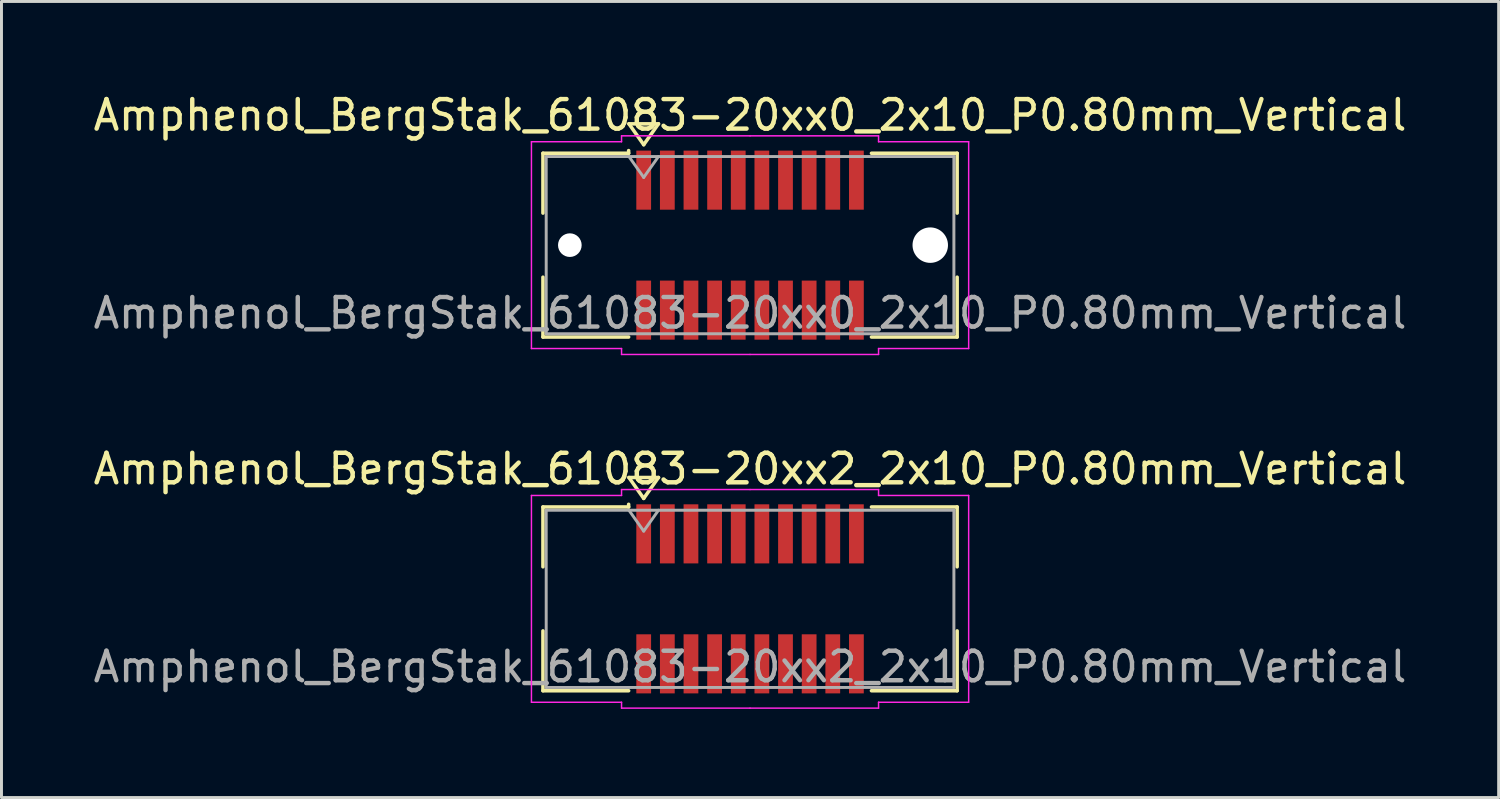
<source format=kicad_pcb>
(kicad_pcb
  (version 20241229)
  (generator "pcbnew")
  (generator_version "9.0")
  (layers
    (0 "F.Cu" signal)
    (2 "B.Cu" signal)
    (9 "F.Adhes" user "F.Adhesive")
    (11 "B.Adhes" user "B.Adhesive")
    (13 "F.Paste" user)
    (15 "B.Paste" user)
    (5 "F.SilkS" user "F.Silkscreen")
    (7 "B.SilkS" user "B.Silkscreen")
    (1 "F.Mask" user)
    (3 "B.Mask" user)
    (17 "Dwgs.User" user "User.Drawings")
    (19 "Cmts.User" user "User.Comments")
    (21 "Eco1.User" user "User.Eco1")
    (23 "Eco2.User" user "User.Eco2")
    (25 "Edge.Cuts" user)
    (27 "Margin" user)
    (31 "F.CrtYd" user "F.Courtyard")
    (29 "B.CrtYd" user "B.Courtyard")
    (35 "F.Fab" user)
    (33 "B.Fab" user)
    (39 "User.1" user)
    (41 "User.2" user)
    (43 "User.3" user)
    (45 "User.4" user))
  (footprint "Amphenol_BergStak_61083-20xx2_2x10_P0.80mm_Vertical"
    (layer "F.Cu")
    (at 22.339 17.221)
    (property "Reference" "Amphenol_BergStak_61083-20xx2_2x10_P0.80mm_Vertical" (at 0 -4.4 0) (layer "F.SilkS") (effects (font (size 1 1) (thickness 0.15))))
    (attr smd)
    (fp_line (start -7.01 -3.11) (end -4.11 -3.11) (stroke (width 0.12) (type solid)) (layer "F.SilkS"))
    (fp_line (start -7.01 -1.085) (end -7.01 -3.11) (stroke (width 0.12) (type solid)) (layer "F.SilkS"))
    (fp_line (start -7.01 1.085) (end -7.01 3.11) (stroke (width 0.12) (type solid)) (layer "F.SilkS"))
    (fp_line (start -7.01 3.11) (end -4.11 3.11) (stroke (width 0.12) (type solid)) (layer "F.SilkS"))
    (fp_line (start -4.11 -3.11) (end -4.11 -3.2) (stroke (width 0.12) (type solid)) (layer "F.SilkS"))
    (fp_line (start -4.1 -4.107) (end -3.6 -3.4) (stroke (width 0.12) (type solid)) (layer "F.SilkS"))
    (fp_line (start -3.6 -3.4) (end -3.1 -4.107) (stroke (width 0.12) (type solid)) (layer "F.SilkS"))
    (fp_line (start -3.1 -4.107) (end -4.1 -4.107) (stroke (width 0.12) (type solid)) (layer "F.SilkS"))
    (fp_line (start 7.01 -3.11) (end 4.11 -3.11) (stroke (width 0.12) (type solid)) (layer "F.SilkS"))
    (fp_line (start 7.01 -1.085) (end 7.01 -3.11) (stroke (width 0.12) (type solid)) (layer "F.SilkS"))
    (fp_line (start 7.01 1.085) (end 7.01 3.11) (stroke (width 0.12) (type solid)) (layer "F.SilkS"))
    (fp_line (start 7.01 3.11) (end 4.11 3.11) (stroke (width 0.12) (type solid)) (layer "F.SilkS"))
    (fp_line (start -7.4 -3.5) (end -7.4 3.5) (stroke (width 0.05) (type solid)) (layer "F.CrtYd"))
    (fp_line (start -7.4 3.5) (end -4.35 3.5) (stroke (width 0.05) (type solid)) (layer "F.CrtYd"))
    (fp_line (start -4.35 -3.7) (end -4.35 -3.5) (stroke (width 0.05) (type solid)) (layer "F.CrtYd"))
    (fp_line (start -4.35 -3.5) (end -7.4 -3.5) (stroke (width 0.05) (type solid)) (layer "F.CrtYd"))
    (fp_line (start -4.35 3.5) (end -4.35 3.7) (stroke (width 0.05) (type solid)) (layer "F.CrtYd"))
    (fp_line (start -4.35 3.7) (end 0 3.7) (stroke (width 0.05) (type solid)) (layer "F.CrtYd"))
    (fp_line (start 0 -3.7) (end -4.35 -3.7) (stroke (width 0.05) (type solid)) (layer "F.CrtYd"))
    (fp_line (start 0 -3.7) (end 4.35 -3.7) (stroke (width 0.05) (type solid)) (layer "F.CrtYd"))
    (fp_line (start 4.35 -3.7) (end 4.35 -3.5) (stroke (width 0.05) (type solid)) (layer "F.CrtYd"))
    (fp_line (start 4.35 -3.5) (end 7.4 -3.5) (stroke (width 0.05) (type solid)) (layer "F.CrtYd"))
    (fp_line (start 4.35 3.5) (end 4.35 3.7) (stroke (width 0.05) (type solid)) (layer "F.CrtYd"))
    (fp_line (start 4.35 3.7) (end 0 3.7) (stroke (width 0.05) (type solid)) (layer "F.CrtYd"))
    (fp_line (start 7.4 -3.5) (end 7.4 3.5) (stroke (width 0.05) (type solid)) (layer "F.CrtYd"))
    (fp_line (start 7.4 3.5) (end 4.35 3.5) (stroke (width 0.05) (type solid)) (layer "F.CrtYd"))
    (fp_line (start -6.9 -3) (end -6.9 3) (stroke (width 0.1) (type solid)) (layer "F.Fab"))
    (fp_line (start -6.9 3) (end 6.9 3) (stroke (width 0.1) (type solid)) (layer "F.Fab"))
    (fp_line (start -4.1 -3) (end -3.6 -2.293) (stroke (width 0.1) (type solid)) (layer "F.Fab"))
    (fp_line (start -3.6 -2.293) (end -3.1 -3) (stroke (width 0.1) (type solid)) (layer "F.Fab"))
    (fp_line (start 6.9 -3) (end -6.9 -3) (stroke (width 0.1) (type solid)) (layer "F.Fab"))
    (fp_line (start 6.9 3) (end 6.9 -3) (stroke (width 0.1) (type solid)) (layer "F.Fab"))
    (fp_text user "${REFERENCE}" (at 0 2.3 0) (layer "F.Fab") (effects (font (size 1 1) (thickness 0.15))))
    (pad "1" smd rect (at -3.6 -2.2) (size 0.5 2) (layers "F.Cu" "F.Mask" "F.Paste"))
    (pad "2" smd rect (at -3.6 2.2) (size 0.5 2) (layers "F.Cu" "F.Mask" "F.Paste"))
    (pad "3" smd rect (at -2.8 -2.2) (size 0.5 2) (layers "F.Cu" "F.Mask" "F.Paste"))
    (pad "4" smd rect (at -2.8 2.2) (size 0.5 2) (layers "F.Cu" "F.Mask" "F.Paste"))
    (pad "5" smd rect (at -2 -2.2) (size 0.5 2) (layers "F.Cu" "F.Mask" "F.Paste"))
    (pad "6" smd rect (at -2 2.2) (size 0.5 2) (layers "F.Cu" "F.Mask" "F.Paste"))
    (pad "7" smd rect (at -1.2 -2.2) (size 0.5 2) (layers "F.Cu" "F.Mask" "F.Paste"))
    (pad "8" smd rect (at -1.2 2.2) (size 0.5 2) (layers "F.Cu" "F.Mask" "F.Paste"))
    (pad "9" smd rect (at -0.4 -2.2) (size 0.5 2) (layers "F.Cu" "F.Mask" "F.Paste"))
    (pad "10" smd rect (at -0.4 2.2) (size 0.5 2) (layers "F.Cu" "F.Mask" "F.Paste"))
    (pad "11" smd rect (at 0.4 -2.2) (size 0.5 2) (layers "F.Cu" "F.Mask" "F.Paste"))
    (pad "12" smd rect (at 0.4 2.2) (size 0.5 2) (layers "F.Cu" "F.Mask" "F.Paste"))
    (pad "13" smd rect (at 1.2 -2.2) (size 0.5 2) (layers "F.Cu" "F.Mask" "F.Paste"))
    (pad "14" smd rect (at 1.2 2.2) (size 0.5 2) (layers "F.Cu" "F.Mask" "F.Paste"))
    (pad "15" smd rect (at 2 -2.2) (size 0.5 2) (layers "F.Cu" "F.Mask" "F.Paste"))
    (pad "16" smd rect (at 2 2.2) (size 0.5 2) (layers "F.Cu" "F.Mask" "F.Paste"))
    (pad "17" smd rect (at 2.8 -2.2) (size 0.5 2) (layers "F.Cu" "F.Mask" "F.Paste"))
    (pad "18" smd rect (at 2.8 2.2) (size 0.5 2) (layers "F.Cu" "F.Mask" "F.Paste"))
    (pad "19" smd rect (at 3.6 -2.2) (size 0.5 2) (layers "F.Cu" "F.Mask" "F.Paste"))
    (pad "20" smd rect (at 3.6 2.2) (size 0.5 2) (layers "F.Cu" "F.Mask" "F.Paste")))
  (footprint "Amphenol_BergStak_61083-20xx0_2x10_P0.80mm_Vertical"
    (layer "F.Cu")
    (at 22.339 5.248)
    (property "Reference" "Amphenol_BergStak_61083-20xx0_2x10_P0.80mm_Vertical" (at 0 -4.4 0) (layer "F.SilkS") (effects (font (size 1 1) (thickness 0.15))))
    (attr smd)
    (fp_line (start -7.01 -3.11) (end -4.11 -3.11) (stroke (width 0.12) (type solid)) (layer "F.SilkS"))
    (fp_line (start -7.01 -1.085) (end -7.01 -3.11) (stroke (width 0.12) (type solid)) (layer "F.SilkS"))
    (fp_line (start -7.01 1.085) (end -7.01 3.11) (stroke (width 0.12) (type solid)) (layer "F.SilkS"))
    (fp_line (start -7.01 3.11) (end -4.11 3.11) (stroke (width 0.12) (type solid)) (layer "F.SilkS"))
    (fp_line (start -4.11 -3.11) (end -4.11 -3.2) (stroke (width 0.12) (type solid)) (layer "F.SilkS"))
    (fp_line (start -4.1 -4.107) (end -3.6 -3.4) (stroke (width 0.12) (type solid)) (layer "F.SilkS"))
    (fp_line (start -3.6 -3.4) (end -3.1 -4.107) (stroke (width 0.12) (type solid)) (layer "F.SilkS"))
    (fp_line (start -3.1 -4.107) (end -4.1 -4.107) (stroke (width 0.12) (type solid)) (layer "F.SilkS"))
    (fp_line (start 7.01 -3.11) (end 4.11 -3.11) (stroke (width 0.12) (type solid)) (layer "F.SilkS"))
    (fp_line (start 7.01 -1.085) (end 7.01 -3.11) (stroke (width 0.12) (type solid)) (layer "F.SilkS"))
    (fp_line (start 7.01 1.085) (end 7.01 3.11) (stroke (width 0.12) (type solid)) (layer "F.SilkS"))
    (fp_line (start 7.01 3.11) (end 4.11 3.11) (stroke (width 0.12) (type solid)) (layer "F.SilkS"))
    (fp_line (start -7.4 -3.5) (end -7.4 3.5) (stroke (width 0.05) (type solid)) (layer "F.CrtYd"))
    (fp_line (start -7.4 3.5) (end -4.35 3.5) (stroke (width 0.05) (type solid)) (layer "F.CrtYd"))
    (fp_line (start -4.35 -3.7) (end -4.35 -3.5) (stroke (width 0.05) (type solid)) (layer "F.CrtYd"))
    (fp_line (start -4.35 -3.5) (end -7.4 -3.5) (stroke (width 0.05) (type solid)) (layer "F.CrtYd"))
    (fp_line (start -4.35 3.5) (end -4.35 3.7) (stroke (width 0.05) (type solid)) (layer "F.CrtYd"))
    (fp_line (start -4.35 3.7) (end 0 3.7) (stroke (width 0.05) (type solid)) (layer "F.CrtYd"))
    (fp_line (start 0 -3.7) (end -4.35 -3.7) (stroke (width 0.05) (type solid)) (layer "F.CrtYd"))
    (fp_line (start 0 -3.7) (end 4.35 -3.7) (stroke (width 0.05) (type solid)) (layer "F.CrtYd"))
    (fp_line (start 4.35 -3.7) (end 4.35 -3.5) (stroke (width 0.05) (type solid)) (layer "F.CrtYd"))
    (fp_line (start 4.35 -3.5) (end 7.4 -3.5) (stroke (width 0.05) (type solid)) (layer "F.CrtYd"))
    (fp_line (start 4.35 3.5) (end 4.35 3.7) (stroke (width 0.05) (type solid)) (layer "F.CrtYd"))
    (fp_line (start 4.35 3.7) (end 0 3.7) (stroke (width 0.05) (type solid)) (layer "F.CrtYd"))
    (fp_line (start 7.4 -3.5) (end 7.4 3.5) (stroke (width 0.05) (type solid)) (layer "F.CrtYd"))
    (fp_line (start 7.4 3.5) (end 4.35 3.5) (stroke (width 0.05) (type solid)) (layer "F.CrtYd"))
    (fp_line (start -6.9 -3) (end -6.9 3) (stroke (width 0.1) (type solid)) (layer "F.Fab"))
    (fp_line (start -6.9 3) (end 6.9 3) (stroke (width 0.1) (type solid)) (layer "F.Fab"))
    (fp_line (start -4.1 -3) (end -3.6 -2.293) (stroke (width 0.1) (type solid)) (layer "F.Fab"))
    (fp_line (start -3.6 -2.293) (end -3.1 -3) (stroke (width 0.1) (type solid)) (layer "F.Fab"))
    (fp_line (start 6.9 -3) (end -6.9 -3) (stroke (width 0.1) (type solid)) (layer "F.Fab"))
    (fp_line (start 6.9 3) (end 6.9 -3) (stroke (width 0.1) (type solid)) (layer "F.Fab"))
    (fp_text user "${REFERENCE}" (at 0 2.3 0) (layer "F.Fab") (effects (font (size 1 1) (thickness 0.15))))
    (pad "" np_thru_hole circle (at -6.1 0) (size 0.8 0.8) (drill 0.8) (layers "*.Cu" "*.Mask"))
    (pad "" np_thru_hole circle (at 6.1 0) (size 1.2 1.2) (drill 1.2) (layers "*.Cu" "*.Mask"))
    (pad "1" smd rect (at -3.6 -2.2) (size 0.5 2) (layers "F.Cu" "F.Mask" "F.Paste"))
    (pad "2" smd rect (at -3.6 2.2) (size 0.5 2) (layers "F.Cu" "F.Mask" "F.Paste"))
    (pad "3" smd rect (at -2.8 -2.2) (size 0.5 2) (layers "F.Cu" "F.Mask" "F.Paste"))
    (pad "4" smd rect (at -2.8 2.2) (size 0.5 2) (layers "F.Cu" "F.Mask" "F.Paste"))
    (pad "5" smd rect (at -2 -2.2) (size 0.5 2) (layers "F.Cu" "F.Mask" "F.Paste"))
    (pad "6" smd rect (at -2 2.2) (size 0.5 2) (layers "F.Cu" "F.Mask" "F.Paste"))
    (pad "7" smd rect (at -1.2 -2.2) (size 0.5 2) (layers "F.Cu" "F.Mask" "F.Paste"))
    (pad "8" smd rect (at -1.2 2.2) (size 0.5 2) (layers "F.Cu" "F.Mask" "F.Paste"))
    (pad "9" smd rect (at -0.4 -2.2) (size 0.5 2) (layers "F.Cu" "F.Mask" "F.Paste"))
    (pad "10" smd rect (at -0.4 2.2) (size 0.5 2) (layers "F.Cu" "F.Mask" "F.Paste"))
    (pad "11" smd rect (at 0.4 -2.2) (size 0.5 2) (layers "F.Cu" "F.Mask" "F.Paste"))
    (pad "12" smd rect (at 0.4 2.2) (size 0.5 2) (layers "F.Cu" "F.Mask" "F.Paste"))
    (pad "13" smd rect (at 1.2 -2.2) (size 0.5 2) (layers "F.Cu" "F.Mask" "F.Paste"))
    (pad "14" smd rect (at 1.2 2.2) (size 0.5 2) (layers "F.Cu" "F.Mask" "F.Paste"))
    (pad "15" smd rect (at 2 -2.2) (size 0.5 2) (layers "F.Cu" "F.Mask" "F.Paste"))
    (pad "16" smd rect (at 2 2.2) (size 0.5 2) (layers "F.Cu" "F.Mask" "F.Paste"))
    (pad "17" smd rect (at 2.8 -2.2) (size 0.5 2) (layers "F.Cu" "F.Mask" "F.Paste"))
    (pad "18" smd rect (at 2.8 2.2) (size 0.5 2) (layers "F.Cu" "F.Mask" "F.Paste"))
    (pad "19" smd rect (at 3.6 -2.2) (size 0.5 2) (layers "F.Cu" "F.Mask" "F.Paste"))
    (pad "20" smd rect (at 3.6 2.2) (size 0.5 2) (layers "F.Cu" "F.Mask" "F.Paste")))
  (gr_rect
    (start -3 -3)
    (end 47.679 23.947)
    (stroke (width 0.1) (type default))
    (fill no)
    (layer "Edge.Cuts")))
</source>
